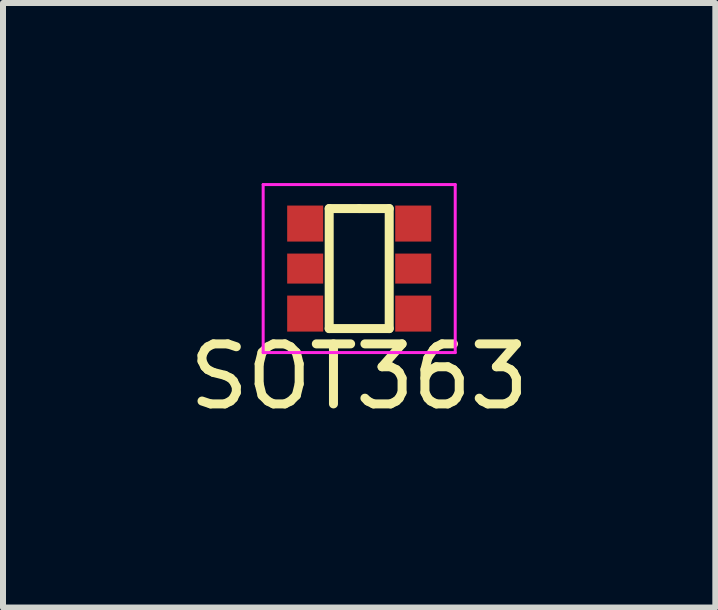
<source format=kicad_pcb>
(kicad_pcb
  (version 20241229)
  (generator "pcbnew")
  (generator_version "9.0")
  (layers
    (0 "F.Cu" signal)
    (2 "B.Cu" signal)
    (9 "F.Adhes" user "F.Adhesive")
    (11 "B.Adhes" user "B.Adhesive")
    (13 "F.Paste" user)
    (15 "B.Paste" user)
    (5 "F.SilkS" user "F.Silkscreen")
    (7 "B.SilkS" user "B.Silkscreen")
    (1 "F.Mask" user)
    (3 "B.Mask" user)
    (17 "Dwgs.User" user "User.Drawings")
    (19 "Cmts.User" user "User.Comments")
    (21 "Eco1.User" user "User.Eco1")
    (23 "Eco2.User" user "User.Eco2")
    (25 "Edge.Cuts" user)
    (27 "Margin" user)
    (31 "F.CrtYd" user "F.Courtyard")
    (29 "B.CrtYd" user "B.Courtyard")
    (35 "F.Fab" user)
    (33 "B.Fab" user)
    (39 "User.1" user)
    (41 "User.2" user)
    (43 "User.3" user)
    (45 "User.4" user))
  (footprint "SOT363"
    (layer "F.Cu")
    (at 2.935 1.425)
    (property "Reference" "SOT363" (at 0 1.8 0) (layer "F.SilkS") (effects (font (size 1 1) (thickness 0.15))))
    (attr through_hole)
    (fp_line (start -0.5 -1) (end 0 -1) (stroke (width 0.15) (type solid)) (layer "F.SilkS"))
    (fp_line (start -0.5 1) (end -0.5 -1) (stroke (width 0.15) (type solid)) (layer "F.SilkS"))
    (fp_line (start 0 -1) (end 0.5 -1) (stroke (width 0.15) (type solid)) (layer "F.SilkS"))
    (fp_line (start 0.5 -1) (end 0.5 1) (stroke (width 0.15) (type solid)) (layer "F.SilkS"))
    (fp_line (start 0.5 1) (end -0.5 1) (stroke (width 0.15) (type solid)) (layer "F.SilkS"))
    (fp_line (start -1.6 -1.4) (end -1.6 1.4) (stroke (width 0.05) (type solid)) (layer "F.CrtYd"))
    (fp_line (start -1.6 1.4) (end 1.6 1.4) (stroke (width 0.05) (type solid)) (layer "F.CrtYd"))
    (fp_line (start 1.6 -1.4) (end -1.6 -1.4) (stroke (width 0.05) (type solid)) (layer "F.CrtYd"))
    (fp_line (start 1.6 -1.4) (end 1.6 1.4) (stroke (width 0.05) (type solid)) (layer "F.CrtYd"))
    (pad "1" smd rect (at -0.9 -0.75) (size 0.6 0.6) (layers "F.Cu" "F.Mask" "F.Paste"))
    (pad "2" smd rect (at -0.9 0) (size 0.6 0.5) (layers "F.Cu" "F.Mask" "F.Paste"))
    (pad "3" smd rect (at -0.9 0.75) (size 0.6 0.6) (layers "F.Cu" "F.Mask" "F.Paste"))
    (pad "4" smd rect (at 0.9 0.75) (size 0.6 0.6) (layers "F.Cu" "F.Mask" "F.Paste"))
    (pad "5" smd rect (at 0.9 0) (size 0.6 0.5) (layers "F.Cu" "F.Mask" "F.Paste"))
    (pad "6" smd rect (at 0.9 -0.75) (size 0.6 0.6) (layers "F.Cu" "F.Mask" "F.Paste")))
  (gr_rect
    (start -3 -3)
    (end 8.869 7.073)
    (stroke (width 0.1) (type default))
    (fill no)
    (layer "Edge.Cuts")))
</source>
